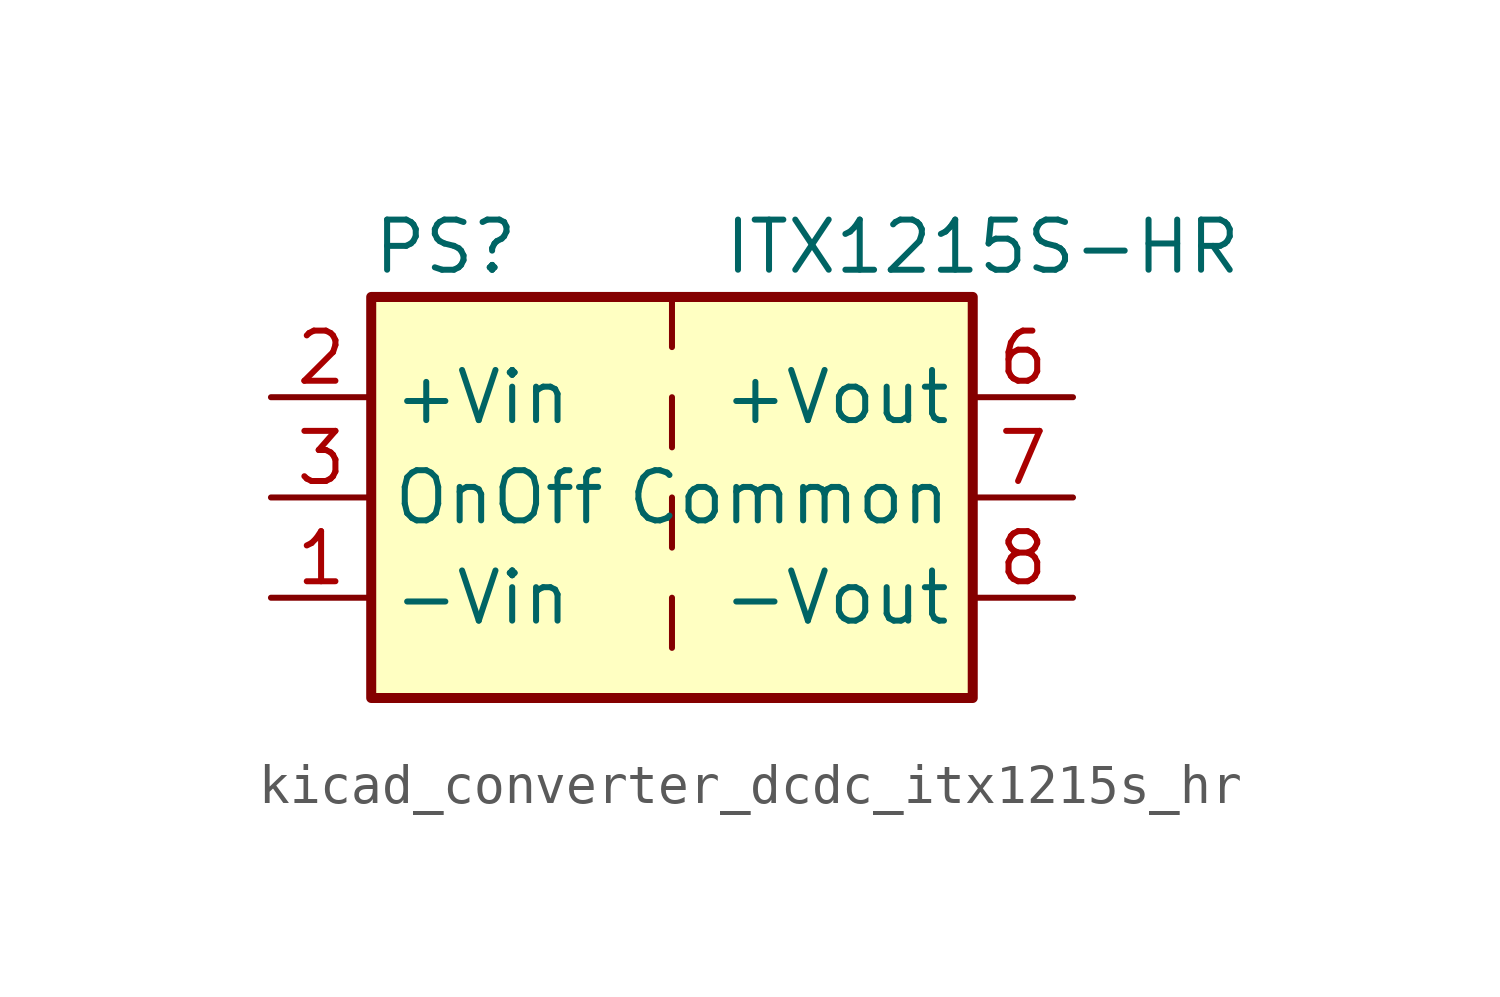
<source format=kicad_sym>
(kicad_symbol_lib
  (version 20220914)
  (generator kicad_symbol_editor)
  (symbol "kicad_converter_dcdc_itx1215s_hr"
    (property "Reference" "PS"
      (at -7.62 6.35 0)
      (effects (font (size 1.27 1.27)) (justify left)))
    (property "Value" "ITX1215S-HR"
      (at 1.27 6.35 0)
      (effects (font (size 1.27 1.27)) (justify left)))
    (symbol "kicad_converter_dcdc_itx1215s_hr_0_0"
      (pin power_in line (at -10.16 -2.54 0) (length 2.54) (name "-Vin" (effects (font (size 1.27 1.27)))) (number "1" (effects (font (size 1.27 1.27)))))
      (pin power_in line (at -10.16 2.54 0) (length 2.54) (name "+Vin" (effects (font (size 1.27 1.27)))) (number "2" (effects (font (size 1.27 1.27)))))
      (pin input line (at -10.16 0 0) (length 2.54) (name "OnOff" (effects (font (size 1.27 1.27)))) (number "3" (effects (font (size 1.27 1.27)))))
      (pin no_connect line (at 0 5.08 270) (length 2.54) hide (name "NC" (effects (font (size 1.27 1.27)))) (number "5" (effects (font (size 1.27 1.27)))))
      (pin power_out line (at 10.16 2.54 180) (length 2.54) (name "+Vout" (effects (font (size 1.27 1.27)))) (number "6" (effects (font (size 1.27 1.27)))))
      (pin power_out line (at 10.16 0 180) (length 2.54) (name "Common" (effects (font (size 1.27 1.27)))) (number "7" (effects (font (size 1.27 1.27)))))
      (pin power_out line (at 10.16 -2.54 180) (length 2.54) (name "-Vout" (effects (font (size 1.27 1.27)))) (number "8" (effects (font (size 1.27 1.27))))))
    (symbol "kicad_converter_dcdc_itx1215s_hr_0_1"
      (rectangle (start -7.62 5.08) (end 7.62 -5.08) (stroke (width 0.254) (type default)) (fill (type background)))
      (polyline (pts (xy 0 -2.54) (xy 0 -3.81)) (stroke (width 0) (type default)) (fill (type none)))
      (polyline (pts (xy 0 0) (xy 0 -1.27)) (stroke (width 0) (type default)) (fill (type none)))
      (polyline (pts (xy 0 2.54) (xy 0 1.27)) (stroke (width 0) (type default)) (fill (type none)))
      (polyline (pts (xy 0 5.08) (xy 0 3.81)) (stroke (width 0) (type default)) (fill (type none))))))
</source>
